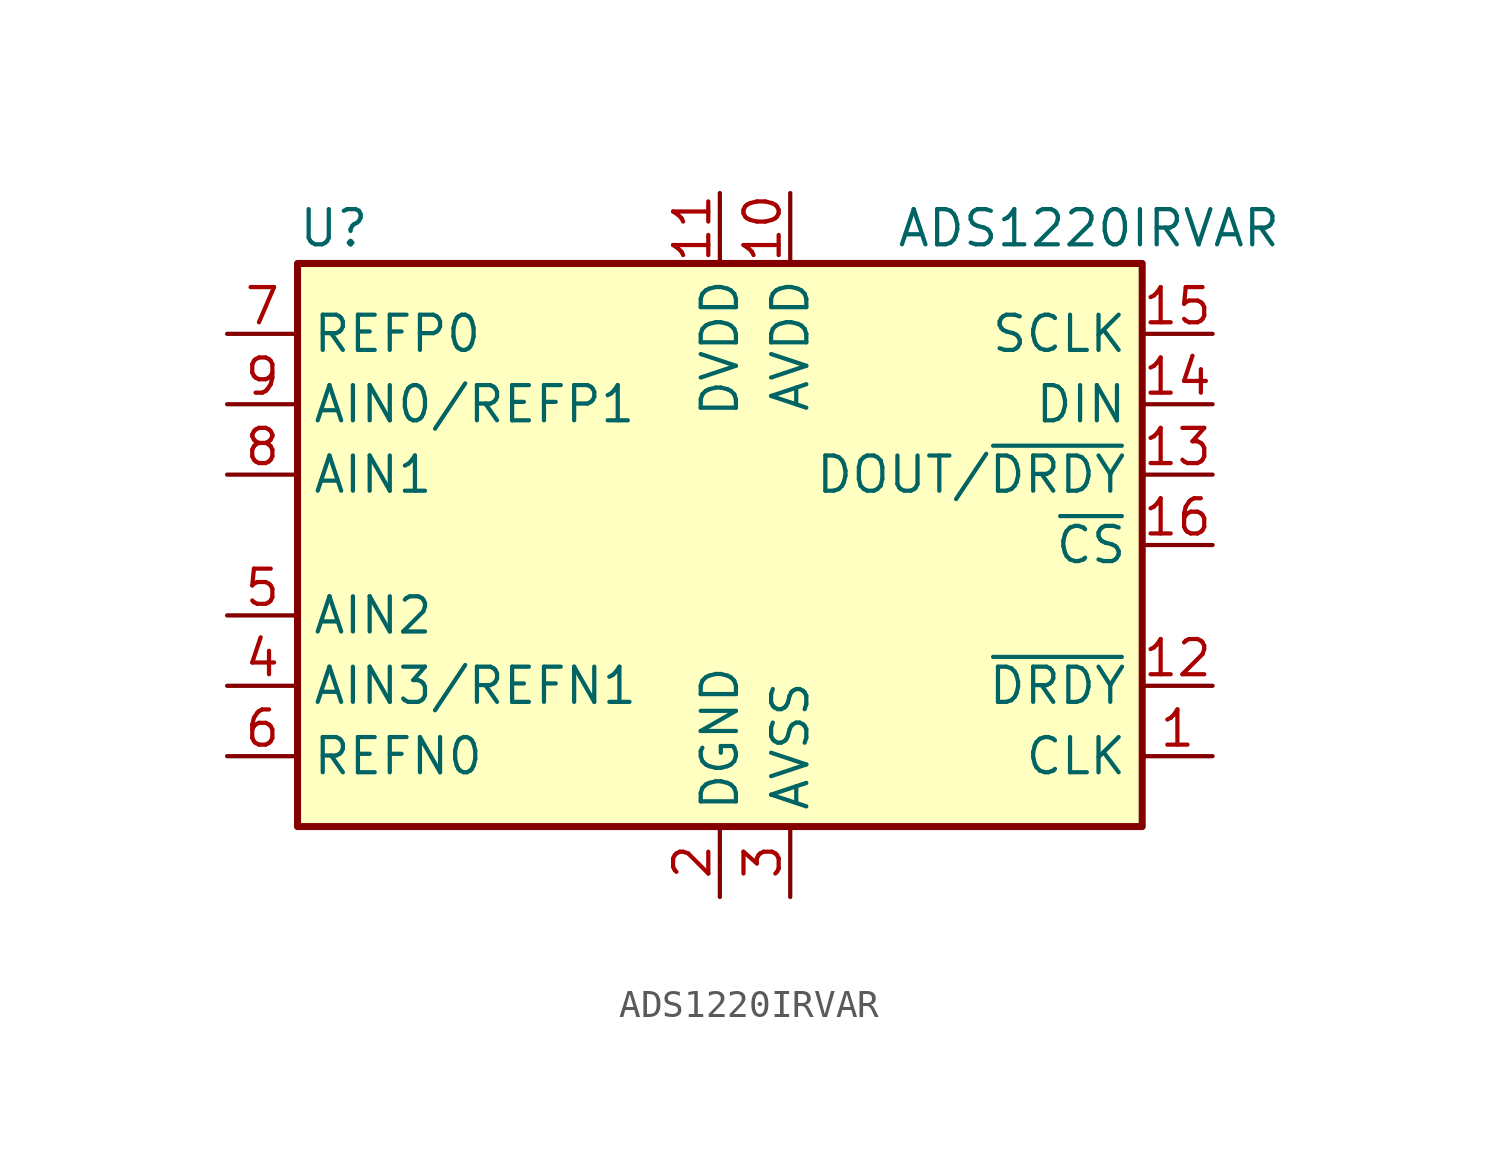
<source format=kicad_sym>
(kicad_symbol_lib
  (version 20241209)
  (generator "kicad_symbol_editor")
  (generator_version "9.0")
  (symbol "ADS1220IRVAR"
    (property "Reference" "U"
      (at -15.24 11.43 0)
      (effects (font (size 1.27 1.27)) (justify left)))
    (property "Value" "ADS1220IRVAR"
      (at 6.35 11.43 0)
      (effects (font (size 1.27 1.27)) (justify left)))
    (symbol "ADS1220IRVAR_0_1"
      (rectangle (start -15.24 10.16) (end 15.24 -10.16) (stroke (width 0.254) (type default)) (fill (type background))))
    (symbol "ADS1220IRVAR_1_1"
      (pin input line (at -17.78 7.62 0) (length 2.54) (name "REFP0" (effects (font (size 1.27 1.27)))) (number "7" (effects (font (size 1.27 1.27)))))
      (pin input line (at -17.78 5.08 0) (length 2.54) (name "AIN0/REFP1" (effects (font (size 1.27 1.27)))) (number "9" (effects (font (size 1.27 1.27)))))
      (pin input line (at -17.78 2.54 0) (length 2.54) (name "AIN1" (effects (font (size 1.27 1.27)))) (number "8" (effects (font (size 1.27 1.27)))))
      (pin input line (at -17.78 -2.54 0) (length 2.54) (name "AIN2" (effects (font (size 1.27 1.27)))) (number "5" (effects (font (size 1.27 1.27)))))
      (pin input line (at -17.78 -5.08 0) (length 2.54) (name "AIN3/REFN1" (effects (font (size 1.27 1.27)))) (number "4" (effects (font (size 1.27 1.27)))))
      (pin input line (at -17.78 -7.62 0) (length 2.54) (name "REFN0" (effects (font (size 1.27 1.27)))) (number "6" (effects (font (size 1.27 1.27)))))
      (pin power_in line (at 0 12.7 270) (length 2.54) (name "DVDD" (effects (font (size 1.27 1.27)))) (number "11" (effects (font (size 1.27 1.27)))))
      (pin power_in line (at 0 -12.7 90) (length 2.54) (name "DGND" (effects (font (size 1.27 1.27)))) (number "2" (effects (font (size 1.27 1.27)))))
      (pin power_in line (at 2.54 12.7 270) (length 2.54) (name "AVDD" (effects (font (size 1.27 1.27)))) (number "10" (effects (font (size 1.27 1.27)))))
      (pin power_in line (at 2.54 -12.7 90) (length 2.54) (name "AVSS" (effects (font (size 1.27 1.27)))) (number "3" (effects (font (size 1.27 1.27)))))
      (pin input line (at 17.78 7.62 180) (length 2.54) (name "SCLK" (effects (font (size 1.27 1.27)))) (number "15" (effects (font (size 1.27 1.27)))))
      (pin input line (at 17.78 5.08 180) (length 2.54) (name "DIN" (effects (font (size 1.27 1.27)))) (number "14" (effects (font (size 1.27 1.27)))))
      (pin output line (at 17.78 2.54 180) (length 2.54) (name "DOUT/~{DRDY}" (effects (font (size 1.27 1.27)))) (number "13" (effects (font (size 1.27 1.27)))))
      (pin input line (at 17.78 0 180) (length 2.54) (name "~{CS}" (effects (font (size 1.27 1.27)))) (number "16" (effects (font (size 1.27 1.27)))))
      (pin output line (at 17.78 -5.08 180) (length 2.54) (name "~{DRDY}" (effects (font (size 1.27 1.27)))) (number "12" (effects (font (size 1.27 1.27)))))
      (pin input line (at 17.78 -7.62 180) (length 2.54) (name "CLK" (effects (font (size 1.27 1.27)))) (number "1" (effects (font (size 1.27 1.27))))))))
</source>
